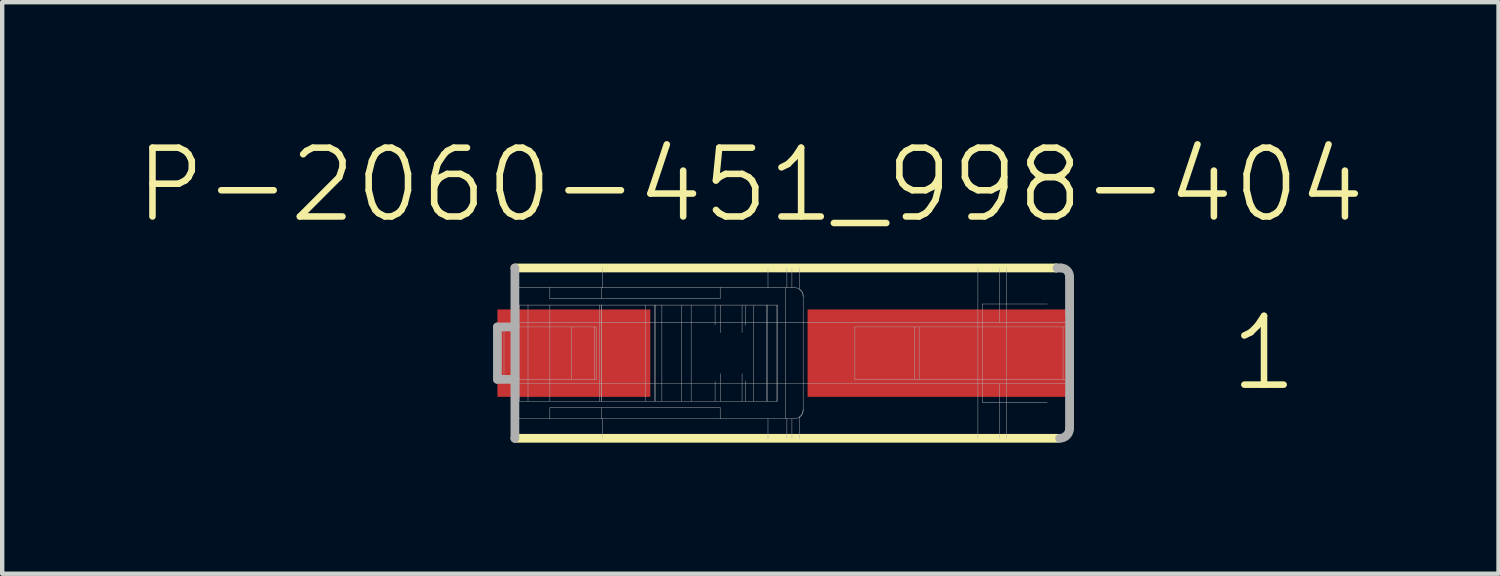
<source format=kicad_pcb>
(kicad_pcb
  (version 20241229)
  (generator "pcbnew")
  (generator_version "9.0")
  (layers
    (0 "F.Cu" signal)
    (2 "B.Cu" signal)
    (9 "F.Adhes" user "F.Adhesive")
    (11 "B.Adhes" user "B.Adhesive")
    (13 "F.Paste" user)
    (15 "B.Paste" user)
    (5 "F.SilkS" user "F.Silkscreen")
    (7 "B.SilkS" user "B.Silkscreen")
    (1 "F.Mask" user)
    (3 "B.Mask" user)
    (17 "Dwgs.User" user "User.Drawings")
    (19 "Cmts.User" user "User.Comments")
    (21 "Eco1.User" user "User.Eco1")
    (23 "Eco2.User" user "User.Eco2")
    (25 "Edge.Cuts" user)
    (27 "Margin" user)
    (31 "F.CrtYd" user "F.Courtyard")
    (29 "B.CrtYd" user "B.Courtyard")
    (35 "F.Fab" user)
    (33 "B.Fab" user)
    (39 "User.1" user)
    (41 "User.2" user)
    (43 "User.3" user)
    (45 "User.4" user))
  (footprint "P-2060-451_998-404"
    (layer "F.Cu")
    (at 14.313 5.035)
    (property "Reference" "P-2060-451_998-404" (at -0.185 -3.85 0) (layer "F.SilkS") (effects (font (size 1.575 1.575) (thickness 0.15))))
    (attr through_hole)
    (fp_line (start -5.575 1.95) (end 6.864 1.95) (stroke (width 0.2) (type solid)) (layer "F.SilkS"))
    (fp_line (start 6.8 -1.95) (end -5.575 -1.95) (stroke (width 0.2) (type solid)) (layer "F.SilkS"))
    (fp_line (start 6.815 -1.95) (end 6.835 -1.95) (stroke (width 0.2) (type solid)) (layer "F.SilkS"))
    (fp_line (start -5.975 0.6) (end -5.975 -0.6) (stroke (width 0.2) (type solid)) (layer "F.Fab"))
    (fp_line (start -5.825 0.6) (end -5.825 -0.6) (stroke (width 0.01) (type solid)) (layer "F.Fab"))
    (fp_line (start -5.575 -1.95) (end -5.575 -0.6) (stroke (width 0.2) (type solid)) (layer "F.Fab"))
    (fp_line (start -5.575 -1.5) (end -4.775 -1.5) (stroke (width 0.01) (type solid)) (layer "F.Fab"))
    (fp_line (start -5.575 -0.7) (end 7.125 -0.7) (stroke (width 0.01) (type solid)) (layer "F.Fab"))
    (fp_line (start -5.575 -0.6) (end -5.975 -0.6) (stroke (width 0.2) (type solid)) (layer "F.Fab"))
    (fp_line (start -5.575 -0.6) (end -5.575 0.6) (stroke (width 0.2) (type solid)) (layer "F.Fab"))
    (fp_line (start -5.575 -0.6) (end -3.714 -0.6) (stroke (width 0.01) (type solid)) (layer "F.Fab"))
    (fp_line (start -5.575 0.6) (end -5.975 0.6) (stroke (width 0.2) (type solid)) (layer "F.Fab"))
    (fp_line (start -5.575 0.6) (end -5.575 1.95) (stroke (width 0.2) (type solid)) (layer "F.Fab"))
    (fp_line (start -5.575 0.6) (end -3.714 0.6) (stroke (width 0.01) (type solid)) (layer "F.Fab"))
    (fp_line (start -5.475 -1.1) (end -5.475 1.1) (stroke (width 0.01) (type solid)) (layer "F.Fab"))
    (fp_line (start -5.275 1.1) (end -5.275 -1.1) (stroke (width 0.01) (type solid)) (layer "F.Fab"))
    (fp_line (start -4.775 -1.5) (end -4.775 -1.25) (stroke (width 0.01) (type solid)) (layer "F.Fab"))
    (fp_line (start -4.775 -1.5) (end -3.59 -1.5) (stroke (width 0.01) (type solid)) (layer "F.Fab"))
    (fp_line (start -4.775 -1.25) (end -0.875 -1.25) (stroke (width 0.01) (type solid)) (layer "F.Fab"))
    (fp_line (start -4.775 -1.1) (end -4.775 1.1) (stroke (width 0.01) (type solid)) (layer "F.Fab"))
    (fp_line (start -4.775 1.5) (end -5.575 1.5) (stroke (width 0.01) (type solid)) (layer "F.Fab"))
    (fp_line (start -4.775 1.5) (end -4.775 1.25) (stroke (width 0.01) (type solid)) (layer "F.Fab"))
    (fp_line (start -4.275 0.6) (end -4.275 -0.6) (stroke (width 0.01) (type solid)) (layer "F.Fab"))
    (fp_line (start -3.747 0.6) (end -3.747 -0.6) (stroke (width 0.01) (type solid)) (layer "F.Fab"))
    (fp_line (start -3.714 0.6) (end -3.714 -0.6) (stroke (width 0.01) (type solid)) (layer "F.Fab"))
    (fp_line (start -3.634 1.1) (end -3.634 -1.1) (stroke (width 0.01) (type solid)) (layer "F.Fab"))
    (fp_line (start -3.599 1.1) (end -3.599 -1.1) (stroke (width 0.01) (type solid)) (layer "F.Fab"))
    (fp_line (start -3.59 -1.5) (end -3.59 -1.25) (stroke (width 0.01) (type solid)) (layer "F.Fab"))
    (fp_line (start -3.59 -1.5) (end -0.875 -1.5) (stroke (width 0.01) (type solid)) (layer "F.Fab"))
    (fp_line (start -3.59 1.1) (end -3.59 -1.1) (stroke (width 0.01) (type solid)) (layer "F.Fab"))
    (fp_line (start -3.59 1.5) (end -4.775 1.5) (stroke (width 0.01) (type solid)) (layer "F.Fab"))
    (fp_line (start -3.59 1.5) (end -3.59 1.25) (stroke (width 0.01) (type solid)) (layer "F.Fab"))
    (fp_line (start -3.575 -1.95) (end -3.575 -1.5) (stroke (width 0.01) (type solid)) (layer "F.Fab"))
    (fp_line (start -3.575 1.5) (end -3.575 1.95) (stroke (width 0.01) (type solid)) (layer "F.Fab"))
    (fp_line (start -2.592 1.1) (end -2.592 -1.1) (stroke (width 0.01) (type solid)) (layer "F.Fab"))
    (fp_line (start -2.382 1.1) (end -2.382 -1.1) (stroke (width 0.01) (type solid)) (layer "F.Fab"))
    (fp_line (start -2.353 1.1) (end -2.353 -1.1) (stroke (width 0.01) (type solid)) (layer "F.Fab"))
    (fp_line (start -2.21 1.1) (end -2.21 -1.1) (stroke (width 0.01) (type solid)) (layer "F.Fab"))
    (fp_line (start -1.759 1.1) (end -1.759 -1.1) (stroke (width 0.01) (type solid)) (layer "F.Fab"))
    (fp_line (start -1.54 1.1) (end -5.475 1.1) (stroke (width 0.01) (type solid)) (layer "F.Fab"))
    (fp_line (start -1.54 1.1) (end -1.54 -1.1) (stroke (width 0.01) (type solid)) (layer "F.Fab"))
    (fp_line (start -0.992 -1.1) (end -5.475 -1.1) (stroke (width 0.01) (type solid)) (layer "F.Fab"))
    (fp_line (start -0.992 -0.647) (end -0.992 -1.1) (stroke (width 0.01) (type solid)) (layer "F.Fab"))
    (fp_line (start -0.992 1.1) (end -1.54 1.1) (stroke (width 0.01) (type solid)) (layer "F.Fab"))
    (fp_line (start -0.992 1.1) (end -0.992 0.647) (stroke (width 0.01) (type solid)) (layer "F.Fab"))
    (fp_line (start -0.875 -1.5) (end -0.875 -1.25) (stroke (width 0.01) (type solid)) (layer "F.Fab"))
    (fp_line (start -0.875 -1.5) (end 0.825 -1.5) (stroke (width 0.01) (type solid)) (layer "F.Fab"))
    (fp_line (start -0.875 1.25) (end -4.775 1.25) (stroke (width 0.01) (type solid)) (layer "F.Fab"))
    (fp_line (start -0.875 1.5) (end -3.59 1.5) (stroke (width 0.01) (type solid)) (layer "F.Fab"))
    (fp_line (start -0.875 1.5) (end -0.875 1.25) (stroke (width 0.01) (type solid)) (layer "F.Fab"))
    (fp_line (start -0.873 -0.47) (end -0.873 -1.1) (stroke (width 0.01) (type solid)) (layer "F.Fab"))
    (fp_line (start -0.873 1.1) (end -0.873 0.47) (stroke (width 0.01) (type solid)) (layer "F.Fab"))
    (fp_line (start -0.374 -0.469) (end -0.374 -1.1) (stroke (width 0.01) (type solid)) (layer "F.Fab"))
    (fp_line (start -0.374 1.1) (end -0.374 0.469) (stroke (width 0.01) (type solid)) (layer "F.Fab"))
    (fp_line (start -0.296 -0.634) (end -0.296 -1.1) (stroke (width 0.01) (type solid)) (layer "F.Fab"))
    (fp_line (start -0.296 1.1) (end -0.296 0.634) (stroke (width 0.01) (type solid)) (layer "F.Fab"))
    (fp_line (start -0.111 1.1) (end -0.111 -1.1) (stroke (width 0.01) (type solid)) (layer "F.Fab"))
    (fp_line (start 0.183 1.1) (end 0.183 -1.1) (stroke (width 0.01) (type solid)) (layer "F.Fab"))
    (fp_line (start 0.212 1.1) (end 0.212 -1.1) (stroke (width 0.01) (type solid)) (layer "F.Fab"))
    (fp_line (start 0.219 -1.95) (end 0.219 -1.5) (stroke (width 0.01) (type solid)) (layer "F.Fab"))
    (fp_line (start 0.219 1.5) (end 0.219 1.95) (stroke (width 0.01) (type solid)) (layer "F.Fab"))
    (fp_line (start 0.423 1.1) (end -0.992 1.1) (stroke (width 0.01) (type solid)) (layer "F.Fab"))
    (fp_line (start 0.423 1.1) (end 0.423 -1.1) (stroke (width 0.01) (type solid)) (layer "F.Fab"))
    (fp_line (start 0.433 -1.1) (end -0.992 -1.1) (stroke (width 0.01) (type solid)) (layer "F.Fab"))
    (fp_line (start 0.433 1.1) (end 0.423 1.1) (stroke (width 0.01) (type solid)) (layer "F.Fab"))
    (fp_line (start 0.433 1.1) (end 0.433 -1.1) (stroke (width 0.01) (type solid)) (layer "F.Fab"))
    (fp_line (start 0.625 -1.5) (end 0.625 1.5) (stroke (width 0.01) (type solid)) (layer "F.Fab"))
    (fp_line (start 0.652 -1.95) (end 0.652 -1.5) (stroke (width 0.01) (type solid)) (layer "F.Fab"))
    (fp_line (start 0.652 1.5) (end 0.652 1.95) (stroke (width 0.01) (type solid)) (layer "F.Fab"))
    (fp_line (start 0.767 -1.95) (end 0.767 -1.5) (stroke (width 0.01) (type solid)) (layer "F.Fab"))
    (fp_line (start 0.767 1.5) (end 0.767 1.95) (stroke (width 0.01) (type solid)) (layer "F.Fab"))
    (fp_line (start 0.825 1.5) (end -0.875 1.5) (stroke (width 0.01) (type solid)) (layer "F.Fab"))
    (fp_line (start 0.941 -1.95) (end 0.941 -1.463) (stroke (width 0.01) (type solid)) (layer "F.Fab"))
    (fp_line (start 0.941 1.463) (end 0.941 1.95) (stroke (width 0.01) (type solid)) (layer "F.Fab"))
    (fp_line (start 1.025 -1.3) (end 1.025 1.3) (stroke (width 0.01) (type solid)) (layer "F.Fab"))
    (fp_line (start 2.208 -0.6) (end 2.208 0.6) (stroke (width 0.01) (type solid)) (layer "F.Fab"))
    (fp_line (start 2.208 0.6) (end 3.574 0.6) (stroke (width 0.01) (type solid)) (layer "F.Fab"))
    (fp_line (start 3.574 0.6) (end 3.574 -0.6) (stroke (width 0.01) (type solid)) (layer "F.Fab"))
    (fp_line (start 3.574 0.6) (end 3.679 0.6) (stroke (width 0.01) (type solid)) (layer "F.Fab"))
    (fp_line (start 3.679 0.6) (end 3.679 -0.6) (stroke (width 0.01) (type solid)) (layer "F.Fab"))
    (fp_line (start 3.679 0.6) (end 6.975 0.6) (stroke (width 0.01) (type solid)) (layer "F.Fab"))
    (fp_line (start 5.025 -1.95) (end 5.025 1.95) (stroke (width 0.01) (type solid)) (layer "F.Fab"))
    (fp_line (start 5.125 1.125) (end 5.125 -1.125) (stroke (width 0.01) (type solid)) (layer "F.Fab"))
    (fp_line (start 5.125 1.125) (end 6.613 1.125) (stroke (width 0.01) (type solid)) (layer "F.Fab"))
    (fp_line (start 5.525 -1.95) (end 5.525 -0.7) (stroke (width 0.01) (type solid)) (layer "F.Fab"))
    (fp_line (start 5.525 0.7) (end 5.525 1.95) (stroke (width 0.01) (type solid)) (layer "F.Fab"))
    (fp_line (start 5.675 -1.95) (end 5.675 1.95) (stroke (width 0.01) (type solid)) (layer "F.Fab"))
    (fp_line (start 6.613 -1.125) (end 5.125 -1.125) (stroke (width 0.01) (type solid)) (layer "F.Fab"))
    (fp_line (start 6.925 -1.95) (end 6.835 -1.95) (stroke (width 0.2) (type solid)) (layer "F.Fab"))
    (fp_line (start 6.975 0.6) (end 6.975 -0.6) (stroke (width 0.01) (type solid)) (layer "F.Fab"))
    (fp_line (start 6.975 0.6) (end 7.125 0.6) (stroke (width 0.01) (type solid)) (layer "F.Fab"))
    (fp_line (start 7.024 -1.745) (end 7.024 -0.87) (stroke (width 0.01) (type solid)) (layer "F.Fab"))
    (fp_line (start 7.024 0.87) (end 7.024 1.789) (stroke (width 0.01) (type solid)) (layer "F.Fab"))
    (fp_line (start 7.125 -1.73) (end 7.125 1.72) (stroke (width 0.2) (type solid)) (layer "F.Fab"))
    (fp_line (start 7.125 -0.6) (end 2.208 -0.6) (stroke (width 0.01) (type solid)) (layer "F.Fab"))
    (fp_line (start 7.125 0.7) (end -5.575 0.7) (stroke (width 0.01) (type solid)) (layer "F.Fab"))
    (fp_arc (start 0.825 -1.5) (mid 0.885597 -1.490609) (end 0.9405 -1.4633) (stroke (width 0.01) (type solid)) (layer "F.Fab"))
    (fp_arc (start 0.9405 -1.4633) (mid 1.002628 -1.391936) (end 1.025 -1.3) (stroke (width 0.01) (type solid)) (layer "F.Fab"))
    (fp_arc (start 0.9405 -1.4633) (mid 1.002628 -1.391936) (end 1.025 -1.3) (stroke (width 0.01) (type solid)) (layer "F.Fab"))
    (fp_arc (start 0.9405 1.4633) (mid 0.885597 1.490609) (end 0.825 1.5) (stroke (width 0.01) (type solid)) (layer "F.Fab"))
    (fp_arc (start 1.025 1.3) (mid 1.002628 1.391936) (end 0.9405 1.4633) (stroke (width 0.01) (type solid)) (layer "F.Fab"))
    (fp_arc (start 1.025 1.3) (mid 1.002628 1.391936) (end 0.9405 1.4633) (stroke (width 0.01) (type solid)) (layer "F.Fab"))
    (fp_arc (start 6.835 -1.95) (mid 6.96935 -1.89435) (end 7.025 -1.76) (stroke (width 0.01) (type solid)) (layer "F.Fab"))
    (fp_arc (start 6.925 -1.95) (mid 7.066421 -1.891421) (end 7.125 -1.75) (stroke (width 0.2) (type solid)) (layer "F.Fab"))
    (fp_arc (start 7.025 1.8) (mid 6.981066 1.906066) (end 6.875 1.95) (stroke (width 0.01) (type solid)) (layer "F.Fab"))
    (fp_arc (start 7.125 1.72) (mid 7.057635 1.882635) (end 6.895 1.95) (stroke (width 0.2) (type solid)) (layer "F.Fab"))
    (fp_text user "1" (at 11.575 0 0) (layer "F.SilkS") (effects (font (size 1.575 1.575) (thickness 0.15))))
    (pad "L1.1" smd rect (at 4.125 0) (size 6 2) (layers "F.Cu" "F.Mask" "F.Paste"))
    (pad "L1.2" smd rect (at -4.225 0) (size 3.5 2) (layers "F.Cu" "F.Mask" "F.Paste")))
  (gr_rect
    (start -3 -3)
    (end 31.257 10.085)
    (stroke (width 0.1) (type default))
    (fill no)
    (layer "Edge.Cuts")))
</source>
